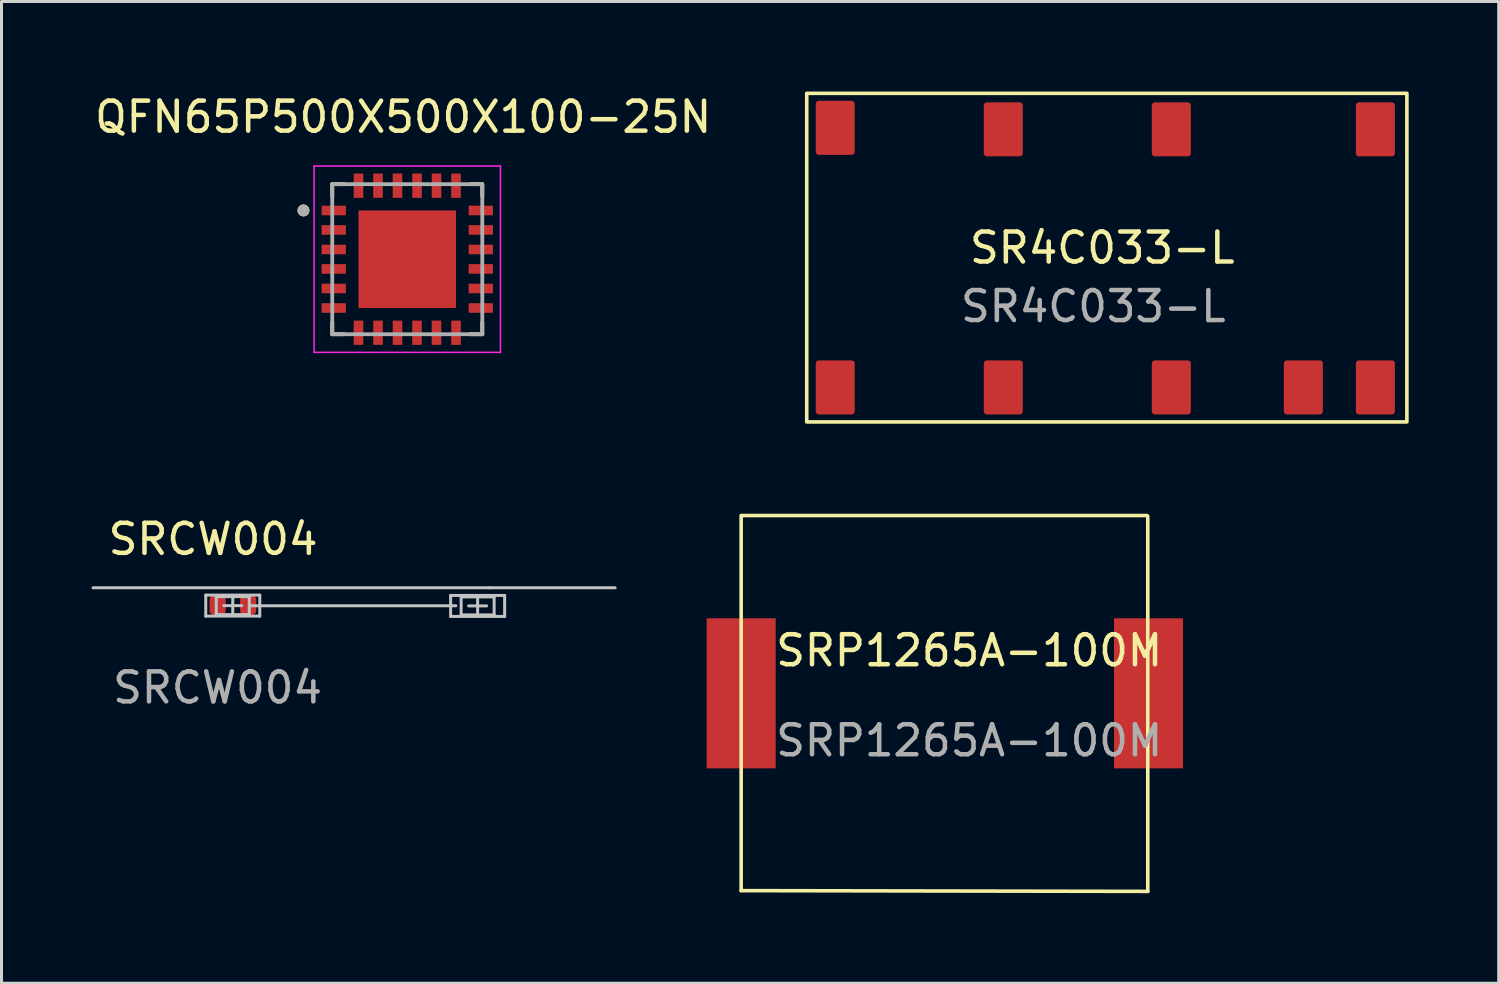
<source format=kicad_pcb>
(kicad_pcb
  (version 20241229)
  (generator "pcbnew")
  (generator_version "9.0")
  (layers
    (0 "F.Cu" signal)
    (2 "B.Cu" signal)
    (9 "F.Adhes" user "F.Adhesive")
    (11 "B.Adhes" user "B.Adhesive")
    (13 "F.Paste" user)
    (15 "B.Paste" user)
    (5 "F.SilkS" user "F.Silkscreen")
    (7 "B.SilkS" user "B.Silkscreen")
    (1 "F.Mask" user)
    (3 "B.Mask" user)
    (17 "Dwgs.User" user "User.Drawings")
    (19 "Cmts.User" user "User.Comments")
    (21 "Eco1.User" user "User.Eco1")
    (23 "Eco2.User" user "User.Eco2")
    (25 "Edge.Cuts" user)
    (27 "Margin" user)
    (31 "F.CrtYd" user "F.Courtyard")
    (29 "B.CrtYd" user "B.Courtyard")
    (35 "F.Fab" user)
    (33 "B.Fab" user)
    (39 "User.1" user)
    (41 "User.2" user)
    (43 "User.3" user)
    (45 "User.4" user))
  (footprint "SR4C033-L"
    (layer "F.Cu")
    (at 33.384 4.66)
    (property "Reference" "SR4C033-L" (at 0.3 0.55 0) (unlocked yes) (layer "F.SilkS") (effects (font (size 1 1) (thickness 0.15))))
    (attr smd)
    (fp_rect (start -9.55 -4.6) (end 10.45 6.35) (stroke (width 0.12) (type solid)) (fill no) (layer "F.SilkS"))
    (fp_text user "${REFERENCE}" (at 0 2.5 0) (unlocked yes) (layer "F.Fab") (effects (font (size 1 1) (thickness 0.15))))
    (pad "1" smd roundrect (at 9.4 5.2) (size 1.3 1.8) (layers "F.Cu" "F.Mask" "F.Paste") (roundrect_rratio 0.077))
    (pad "2" smd roundrect (at 7 5.2) (size 1.3 1.8) (layers "F.Cu" "F.Mask" "F.Paste") (roundrect_rratio 0.077))
    (pad "3" smd roundrect (at 2.6 5.2) (size 1.3 1.8) (layers "F.Cu" "F.Mask" "F.Paste") (roundrect_rratio 0.077))
    (pad "4" smd roundrect (at -3 5.2) (size 1.3 1.8) (layers "F.Cu" "F.Mask" "F.Paste") (roundrect_rratio 0.077))
    (pad "5" smd roundrect (at -8.6 5.2) (size 1.3 1.8) (layers "F.Cu" "F.Mask" "F.Paste") (roundrect_rratio 0.077))
    (pad "6" smd roundrect (at -8.6 -3.45) (size 1.3 1.8) (layers "F.Cu" "F.Mask" "F.Paste") (roundrect_rratio 0.077))
    (pad "7" smd roundrect (at -3 -3.4) (size 1.3 1.8) (layers "F.Cu" "F.Mask" "F.Paste") (roundrect_rratio 0.077))
    (pad "8" smd roundrect (at 2.6 -3.4) (size 1.3 1.8) (layers "F.Cu" "F.Mask" "F.Paste") (roundrect_rratio 0.077))
    (pad "9" smd roundrect (at 9.4 -3.4) (size 1.3 1.8) (layers "F.Cu" "F.Mask" "F.Paste") (roundrect_rratio 0.077)))
  (footprint "SRP1265A-100M"
    (layer "F.Cu")
    (at 24.699 20.105)
    (property "Reference" "SRP1265A-100M" (at 4.55 -1.475 0) (unlocked yes) (layer "F.SilkS") (effects (font (size 1 1) (thickness 0.15))))
    (attr smd)
    (fp_line (start -3.05 -5.975) (end -3.05 6.525) (stroke (width 0.12) (type solid)) (layer "F.SilkS"))
    (fp_line (start -3.05 6.525) (end 10.5 6.55) (stroke (width 0.12) (type solid)) (layer "F.SilkS"))
    (fp_line (start -3.025 -5.975) (end 10.475 -5.975) (stroke (width 0.12) (type solid)) (layer "F.SilkS"))
    (fp_line (start 10.5 -5.95) (end 10.5 6.55) (stroke (width 0.12) (type solid)) (layer "F.SilkS"))
    (fp_text user "${REFERENCE}" (at 4.55 1.525 0) (unlocked yes) (layer "F.Fab") (effects (font (size 1 1) (thickness 0.15))))
    (pad "1" smd rect (at -3.05 -0.05) (size 2.3 5) (layers "F.Cu" "F.Mask" "F.Paste"))
    (pad "2" smd rect (at 10.525 -0.05) (size 2.3 5) (layers "F.Cu" "F.Mask" "F.Paste")))
  (footprint "SRCW004"
    (layer "F.Cu")
    (at 4.201 17.368)
    (property "Reference" "SRCW004" (at -0.15 -2.45 0) (unlocked yes) (layer "F.SilkS") (effects (font (size 1 1) (thickness 0.15))))
    (attr smd)
    (fp_line (start -4.151 -0.83) (end 9.07 -0.83) (stroke (width 0.1) (type solid)) (layer "Dwgs.User"))
    (fp_line (start -0.394 -0.586) (end -0.394 0.114) (stroke (width 0.1) (type solid)) (layer "Dwgs.User"))
    (fp_line (start -0.044 -0.536) (end -0.044 0.064) (stroke (width 0.1) (type solid)) (layer "Dwgs.User"))
    (fp_line (start 0.506 -0.536) (end 0.506 0.064) (stroke (width 0.1) (type solid)) (layer "Dwgs.User"))
    (fp_line (start 0.806 -0.236) (end 0.206 -0.236) (stroke (width 0.1) (type solid)) (layer "Dwgs.User"))
    (fp_line (start 1.056 -0.536) (end -0.044 -0.536) (stroke (width 0.1) (type solid)) (layer "Dwgs.User"))
    (fp_line (start 1.056 -0.536) (end 1.056 0.064) (stroke (width 0.1) (type solid)) (layer "Dwgs.User"))
    (fp_line (start 1.056 0.064) (end -0.044 0.064) (stroke (width 0.1) (type solid)) (layer "Dwgs.User"))
    (fp_line (start 1.06 -0.23) (end 7.94 -0.23) (stroke (width 0.1) (type solid)) (layer "Dwgs.User"))
    (fp_line (start 1.406 -0.586) (end -0.394 -0.586) (stroke (width 0.1) (type solid)) (layer "Dwgs.User"))
    (fp_line (start 1.406 -0.586) (end 1.406 0.114) (stroke (width 0.1) (type solid)) (layer "Dwgs.User"))
    (fp_line (start 1.406 0.114) (end -0.394 0.114) (stroke (width 0.1) (type solid)) (layer "Dwgs.User"))
    (fp_line (start 7.766 -0.576) (end 7.766 0.124) (stroke (width 0.1) (type solid)) (layer "Dwgs.User"))
    (fp_line (start 8.116 -0.526) (end 8.116 0.074) (stroke (width 0.1) (type solid)) (layer "Dwgs.User"))
    (fp_line (start 8.666 -0.526) (end 8.666 0.074) (stroke (width 0.1) (type solid)) (layer "Dwgs.User"))
    (fp_line (start 8.966 -0.226) (end 8.366 -0.226) (stroke (width 0.1) (type solid)) (layer "Dwgs.User"))
    (fp_line (start 9.07 -0.83) (end 13.248 -0.83) (stroke (width 0.1) (type solid)) (layer "Dwgs.User"))
    (fp_line (start 9.216 -0.526) (end 8.116 -0.526) (stroke (width 0.1) (type solid)) (layer "Dwgs.User"))
    (fp_line (start 9.216 -0.526) (end 9.216 0.074) (stroke (width 0.1) (type solid)) (layer "Dwgs.User"))
    (fp_line (start 9.216 0.074) (end 8.116 0.074) (stroke (width 0.1) (type solid)) (layer "Dwgs.User"))
    (fp_line (start 9.566 -0.576) (end 7.766 -0.576) (stroke (width 0.1) (type solid)) (layer "Dwgs.User"))
    (fp_line (start 9.566 -0.576) (end 9.566 0.124) (stroke (width 0.1) (type solid)) (layer "Dwgs.User"))
    (fp_line (start 9.566 0.124) (end 7.766 0.124) (stroke (width 0.1) (type solid)) (layer "Dwgs.User"))
    (fp_text user "${REFERENCE}" (at 0 2.5 0) (unlocked yes) (layer "F.Fab") (effects (font (size 1 1) (thickness 0.15))))
    (pad "1" smd roundrect (at 0 -0.25) (size 0.54 0.64) (layers "F.Cu" "F.Mask" "F.Paste") (roundrect_rratio 0.25))
    (pad "2" smd roundrect (at 1.02 -0.25) (size 0.54 0.64) (layers "F.Cu" "F.Mask" "F.Paste") (roundrect_rratio 0.25)))
  (footprint "QFN65P500X500X100-25N"
    (layer "F.Cu")
    (at 10.522 5.588)
    (property "Reference" "QFN65P500X500X100-25N" (at -0.135 -4.74 0) (layer "F.SilkS") (effects (font (size 1 1) (thickness 0.15))))
    (attr through_hole)
    (fp_line (start -2.5 -2.5) (end -2.5 -2.105) (stroke (width 0.127) (type solid)) (layer "F.SilkS"))
    (fp_line (start -2.5 -2.5) (end -2.105 -2.5) (stroke (width 0.127) (type solid)) (layer "F.SilkS"))
    (fp_line (start -2.5 2.5) (end -2.5 2.105) (stroke (width 0.127) (type solid)) (layer "F.SilkS"))
    (fp_line (start -2.5 2.5) (end -2.105 2.5) (stroke (width 0.127) (type solid)) (layer "F.SilkS"))
    (fp_line (start 2.5 -2.5) (end 2.105 -2.5) (stroke (width 0.127) (type solid)) (layer "F.SilkS"))
    (fp_line (start 2.5 -2.5) (end 2.5 -2.105) (stroke (width 0.127) (type solid)) (layer "F.SilkS"))
    (fp_line (start 2.5 2.5) (end 2.105 2.5) (stroke (width 0.127) (type solid)) (layer "F.SilkS"))
    (fp_line (start 2.5 2.5) (end 2.5 2.105) (stroke (width 0.127) (type solid)) (layer "F.SilkS"))
    (fp_circle (center -3.46 -1.625) (end -3.36 -1.625) (stroke (width 0.2) (type solid)) (fill no) (layer "F.SilkS"))
    (fp_poly (pts (xy -1.03 -1.03) (xy 1.03 -1.03) (xy 1.03 1.03) (xy -1.03 1.03)) (stroke (width 0.01) (type solid)) (fill yes) (layer "F.Paste"))
    (fp_line (start -3.105 -3.105) (end 3.105 -3.105) (stroke (width 0.05) (type solid)) (layer "F.CrtYd"))
    (fp_line (start -3.105 3.105) (end -3.105 -3.105) (stroke (width 0.05) (type solid)) (layer "F.CrtYd"))
    (fp_line (start -3.105 3.105) (end 3.105 3.105) (stroke (width 0.05) (type solid)) (layer "F.CrtYd"))
    (fp_line (start 3.105 3.105) (end 3.105 -3.105) (stroke (width 0.05) (type solid)) (layer "F.CrtYd"))
    (fp_line (start -2.5 2.5) (end -2.5 -2.5) (stroke (width 0.127) (type solid)) (layer "F.Fab"))
    (fp_line (start 2.5 -2.5) (end -2.5 -2.5) (stroke (width 0.127) (type solid)) (layer "F.Fab"))
    (fp_line (start 2.5 2.5) (end -2.5 2.5) (stroke (width 0.127) (type solid)) (layer "F.Fab"))
    (fp_line (start 2.5 2.5) (end 2.5 -2.5) (stroke (width 0.127) (type solid)) (layer "F.Fab"))
    (fp_circle (center -3.46 -1.625) (end -3.36 -1.625) (stroke (width 0.2) (type solid)) (fill no) (layer "F.Fab"))
    (pad "1" smd roundrect (at -2.45 -1.625) (size 0.81 0.32) (layers "F.Cu" "F.Mask" "F.Paste") (roundrect_rratio 0.04))
    (pad "2" smd roundrect (at -2.45 -0.975) (size 0.81 0.32) (layers "F.Cu" "F.Mask" "F.Paste") (roundrect_rratio 0.04))
    (pad "3" smd roundrect (at -2.45 -0.325) (size 0.81 0.32) (layers "F.Cu" "F.Mask" "F.Paste") (roundrect_rratio 0.04))
    (pad "4" smd roundrect (at -2.45 0.325) (size 0.81 0.32) (layers "F.Cu" "F.Mask" "F.Paste") (roundrect_rratio 0.04))
    (pad "5" smd roundrect (at -2.45 0.975) (size 0.81 0.32) (layers "F.Cu" "F.Mask" "F.Paste") (roundrect_rratio 0.04))
    (pad "6" smd roundrect (at -2.45 1.625) (size 0.81 0.32) (layers "F.Cu" "F.Mask" "F.Paste") (roundrect_rratio 0.04))
    (pad "7" smd roundrect (at -1.625 2.45 90) (size 0.81 0.32) (layers "F.Cu" "F.Mask" "F.Paste") (roundrect_rratio 0.04))
    (pad "8" smd roundrect (at -0.975 2.45 90) (size 0.81 0.32) (layers "F.Cu" "F.Mask" "F.Paste") (roundrect_rratio 0.04))
    (pad "9" smd roundrect (at -0.325 2.45 90) (size 0.81 0.32) (layers "F.Cu" "F.Mask" "F.Paste") (roundrect_rratio 0.04))
    (pad "10" smd roundrect (at 0.325 2.45 90) (size 0.81 0.32) (layers "F.Cu" "F.Mask" "F.Paste") (roundrect_rratio 0.04))
    (pad "11" smd roundrect (at 0.975 2.45 90) (size 0.81 0.32) (layers "F.Cu" "F.Mask" "F.Paste") (roundrect_rratio 0.04))
    (pad "12" smd roundrect (at 1.625 2.45 90) (size 0.81 0.32) (layers "F.Cu" "F.Mask" "F.Paste") (roundrect_rratio 0.04))
    (pad "13" smd roundrect (at 2.45 1.625) (size 0.81 0.32) (layers "F.Cu" "F.Mask" "F.Paste") (roundrect_rratio 0.04))
    (pad "14" smd roundrect (at 2.45 0.975) (size 0.81 0.32) (layers "F.Cu" "F.Mask" "F.Paste") (roundrect_rratio 0.04))
    (pad "15" smd roundrect (at 2.45 0.325) (size 0.81 0.32) (layers "F.Cu" "F.Mask" "F.Paste") (roundrect_rratio 0.04))
    (pad "16" smd roundrect (at 2.45 -0.325) (size 0.81 0.32) (layers "F.Cu" "F.Mask" "F.Paste") (roundrect_rratio 0.04))
    (pad "17" smd roundrect (at 2.45 -0.975) (size 0.81 0.32) (layers "F.Cu" "F.Mask" "F.Paste") (roundrect_rratio 0.04))
    (pad "18" smd roundrect (at 2.45 -1.625) (size 0.81 0.32) (layers "F.Cu" "F.Mask" "F.Paste") (roundrect_rratio 0.04))
    (pad "19" smd roundrect (at 1.625 -2.45 90) (size 0.81 0.32) (layers "F.Cu" "F.Mask" "F.Paste") (roundrect_rratio 0.04))
    (pad "20" smd roundrect (at 0.975 -2.45 90) (size 0.81 0.32) (layers "F.Cu" "F.Mask" "F.Paste") (roundrect_rratio 0.04))
    (pad "21" smd roundrect (at 0.325 -2.45 90) (size 0.81 0.32) (layers "F.Cu" "F.Mask" "F.Paste") (roundrect_rratio 0.04))
    (pad "22" smd roundrect (at -0.325 -2.45 90) (size 0.81 0.32) (layers "F.Cu" "F.Mask" "F.Paste") (roundrect_rratio 0.04))
    (pad "23" smd roundrect (at -0.975 -2.45 90) (size 0.81 0.32) (layers "F.Cu" "F.Mask" "F.Paste") (roundrect_rratio 0.04))
    (pad "24" smd roundrect (at -1.625 -2.45 90) (size 0.81 0.32) (layers "F.Cu" "F.Mask" "F.Paste") (roundrect_rratio 0.04))
    (pad "25" smd rect (at 0 0) (size 3.25 3.25) (layers "F.Cu" "F.Mask")))
  (gr_rect
    (start -3 -3)
    (end 46.894 29.715)
    (stroke (width 0.1) (type default))
    (fill no)
    (layer "Edge.Cuts")))
</source>
